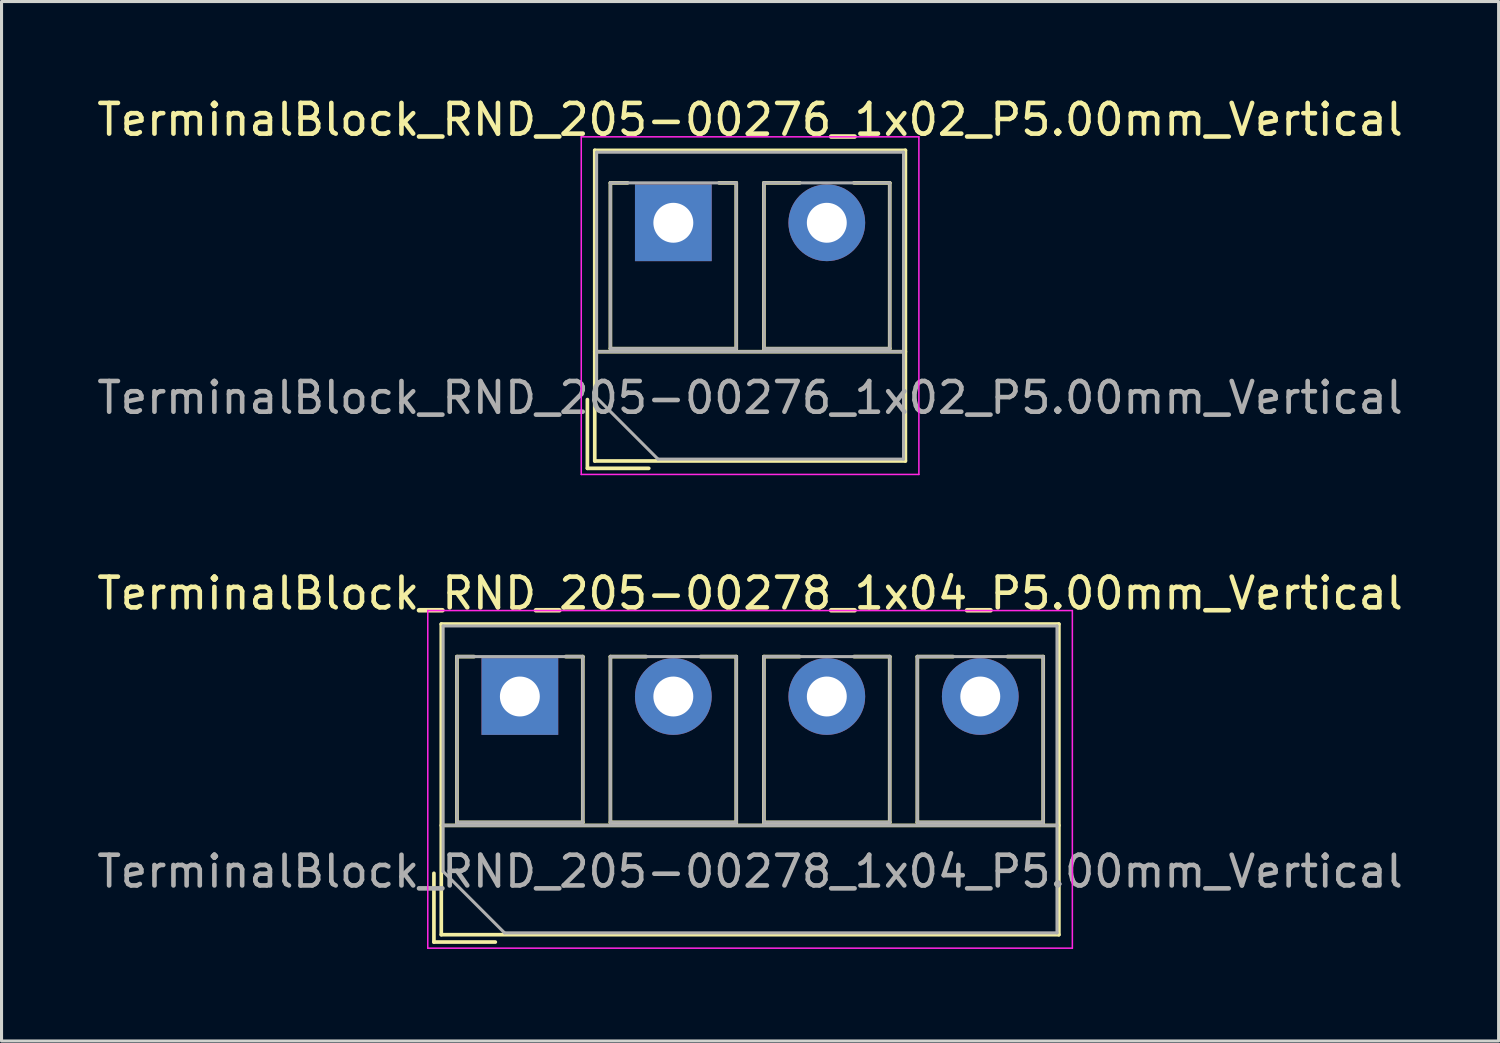
<source format=kicad_pcb>
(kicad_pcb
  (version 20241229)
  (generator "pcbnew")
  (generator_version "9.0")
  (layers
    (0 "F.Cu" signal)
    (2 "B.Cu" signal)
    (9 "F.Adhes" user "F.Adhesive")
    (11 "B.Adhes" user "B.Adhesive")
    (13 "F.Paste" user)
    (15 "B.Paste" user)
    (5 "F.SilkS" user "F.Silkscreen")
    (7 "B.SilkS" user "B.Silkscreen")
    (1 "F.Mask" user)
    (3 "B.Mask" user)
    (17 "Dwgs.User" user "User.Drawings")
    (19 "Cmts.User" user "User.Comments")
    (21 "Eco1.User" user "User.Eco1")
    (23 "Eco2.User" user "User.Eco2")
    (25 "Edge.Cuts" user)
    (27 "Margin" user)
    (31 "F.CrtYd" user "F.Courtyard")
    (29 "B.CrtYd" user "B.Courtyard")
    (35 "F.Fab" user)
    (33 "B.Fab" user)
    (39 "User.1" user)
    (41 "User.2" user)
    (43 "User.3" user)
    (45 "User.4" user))
  (footprint "TerminalBlock_RND_205-00276_1x02_P5.00mm_Vertical"
    (layer "F.Cu")
    (at 18.887 4.208)
    (property "Reference" "TerminalBlock_RND_205-00276_1x02_P5.00mm_Vertical" (at 2.5 -3.36 0) (layer "F.SilkS") (effects (font (size 1 1) (thickness 0.15))))
    (attr through_hole)
    (fp_line (start -2.8 5.76) (end -2.8 8) (stroke (width 0.12) (type solid)) (layer "F.SilkS"))
    (fp_line (start -2.8 8) (end -0.8 8) (stroke (width 0.12) (type solid)) (layer "F.SilkS"))
    (fp_line (start -2.56 -2.36) (end -2.56 7.76) (stroke (width 0.12) (type solid)) (layer "F.SilkS"))
    (fp_line (start -2.56 -2.36) (end 7.56 -2.36) (stroke (width 0.12) (type solid)) (layer "F.SilkS"))
    (fp_line (start -2.56 4.2) (end 7.56 4.2) (stroke (width 0.12) (type solid)) (layer "F.SilkS"))
    (fp_line (start -2.56 7.76) (end 7.56 7.76) (stroke (width 0.12) (type solid)) (layer "F.SilkS"))
    (fp_line (start -2.05 -1.3) (end -2.05 4.1) (stroke (width 0.12) (type solid)) (layer "F.SilkS"))
    (fp_line (start -2.05 -1.3) (end -1.49 -1.3) (stroke (width 0.12) (type solid)) (layer "F.SilkS"))
    (fp_line (start -2.05 4.1) (end 2.05 4.1) (stroke (width 0.12) (type solid)) (layer "F.SilkS"))
    (fp_line (start 1.49 -1.3) (end 2.05 -1.3) (stroke (width 0.12) (type solid)) (layer "F.SilkS"))
    (fp_line (start 2.05 -1.3) (end 2.05 4.1) (stroke (width 0.12) (type solid)) (layer "F.SilkS"))
    (fp_line (start 2.95 -1.3) (end 2.95 4.1) (stroke (width 0.12) (type solid)) (layer "F.SilkS"))
    (fp_line (start 2.95 -1.3) (end 4.117 -1.3) (stroke (width 0.12) (type solid)) (layer "F.SilkS"))
    (fp_line (start 2.95 4.1) (end 7.05 4.1) (stroke (width 0.12) (type solid)) (layer "F.SilkS"))
    (fp_line (start 5.884 -1.3) (end 7.05 -1.3) (stroke (width 0.12) (type solid)) (layer "F.SilkS"))
    (fp_line (start 7.05 -1.3) (end 7.05 4.1) (stroke (width 0.12) (type solid)) (layer "F.SilkS"))
    (fp_line (start 7.56 -2.36) (end 7.56 7.76) (stroke (width 0.12) (type solid)) (layer "F.SilkS"))
    (fp_line (start -3 -2.8) (end -3 8.2) (stroke (width 0.05) (type solid)) (layer "F.CrtYd"))
    (fp_line (start -3 8.2) (end 8 8.2) (stroke (width 0.05) (type solid)) (layer "F.CrtYd"))
    (fp_line (start 8 -2.8) (end -3 -2.8) (stroke (width 0.05) (type solid)) (layer "F.CrtYd"))
    (fp_line (start 8 8.2) (end 8 -2.8) (stroke (width 0.05) (type solid)) (layer "F.CrtYd"))
    (fp_line (start -2.5 -2.3) (end 7.5 -2.3) (stroke (width 0.1) (type solid)) (layer "F.Fab"))
    (fp_line (start -2.5 4.2) (end 7.5 4.2) (stroke (width 0.1) (type solid)) (layer "F.Fab"))
    (fp_line (start -2.5 5.7) (end -2.5 -2.3) (stroke (width 0.1) (type solid)) (layer "F.Fab"))
    (fp_line (start -2.05 -1.3) (end -2.05 4.1) (stroke (width 0.1) (type solid)) (layer "F.Fab"))
    (fp_line (start -2.05 4.1) (end 2.05 4.1) (stroke (width 0.1) (type solid)) (layer "F.Fab"))
    (fp_line (start -0.5 7.7) (end -2.5 5.7) (stroke (width 0.1) (type solid)) (layer "F.Fab"))
    (fp_line (start 2.05 -1.3) (end -2.05 -1.3) (stroke (width 0.1) (type solid)) (layer "F.Fab"))
    (fp_line (start 2.05 4.1) (end 2.05 -1.3) (stroke (width 0.1) (type solid)) (layer "F.Fab"))
    (fp_line (start 2.95 -1.3) (end 2.95 4.1) (stroke (width 0.1) (type solid)) (layer "F.Fab"))
    (fp_line (start 2.95 4.1) (end 7.05 4.1) (stroke (width 0.1) (type solid)) (layer "F.Fab"))
    (fp_line (start 7.05 -1.3) (end 2.95 -1.3) (stroke (width 0.1) (type solid)) (layer "F.Fab"))
    (fp_line (start 7.05 4.1) (end 7.05 -1.3) (stroke (width 0.1) (type solid)) (layer "F.Fab"))
    (fp_line (start 7.5 -2.3) (end 7.5 7.7) (stroke (width 0.1) (type solid)) (layer "F.Fab"))
    (fp_line (start 7.5 7.7) (end -0.5 7.7) (stroke (width 0.1) (type solid)) (layer "F.Fab"))
    (fp_text user "${REFERENCE}" (at 2.5 5.7 0) (layer "F.Fab") (effects (font (size 1 1) (thickness 0.15))))
    (pad "1" thru_hole rect (at 0 0) (size 2.5 2.5) (drill 1.3) (layers "*.Cu" "*.Mask"))
    (pad "2" thru_hole circle (at 5 0) (size 2.5 2.5) (drill 1.3) (layers "*.Cu" "*.Mask")))
  (footprint "TerminalBlock_RND_205-00278_1x04_P5.00mm_Vertical"
    (layer "F.Cu")
    (at 13.887 19.642)
    (property "Reference" "TerminalBlock_RND_205-00278_1x04_P5.00mm_Vertical" (at 7.5 -3.36 0) (layer "F.SilkS") (effects (font (size 1 1) (thickness 0.15))))
    (attr through_hole)
    (fp_line (start -2.8 5.76) (end -2.8 8) (stroke (width 0.12) (type solid)) (layer "F.SilkS"))
    (fp_line (start -2.8 8) (end -0.8 8) (stroke (width 0.12) (type solid)) (layer "F.SilkS"))
    (fp_line (start -2.56 -2.36) (end -2.56 7.76) (stroke (width 0.12) (type solid)) (layer "F.SilkS"))
    (fp_line (start -2.56 -2.36) (end 17.561 -2.36) (stroke (width 0.12) (type solid)) (layer "F.SilkS"))
    (fp_line (start -2.56 4.2) (end 17.561 4.2) (stroke (width 0.12) (type solid)) (layer "F.SilkS"))
    (fp_line (start -2.56 7.76) (end 17.561 7.76) (stroke (width 0.12) (type solid)) (layer "F.SilkS"))
    (fp_line (start -2.05 -1.3) (end -2.05 4.1) (stroke (width 0.12) (type solid)) (layer "F.SilkS"))
    (fp_line (start -2.05 -1.3) (end -1.49 -1.3) (stroke (width 0.12) (type solid)) (layer "F.SilkS"))
    (fp_line (start -2.05 4.1) (end 2.05 4.1) (stroke (width 0.12) (type solid)) (layer "F.SilkS"))
    (fp_line (start 1.49 -1.3) (end 2.05 -1.3) (stroke (width 0.12) (type solid)) (layer "F.SilkS"))
    (fp_line (start 2.05 -1.3) (end 2.05 4.1) (stroke (width 0.12) (type solid)) (layer "F.SilkS"))
    (fp_line (start 2.95 -1.3) (end 2.95 4.1) (stroke (width 0.12) (type solid)) (layer "F.SilkS"))
    (fp_line (start 2.95 -1.3) (end 4.117 -1.3) (stroke (width 0.12) (type solid)) (layer "F.SilkS"))
    (fp_line (start 2.95 4.1) (end 7.05 4.1) (stroke (width 0.12) (type solid)) (layer "F.SilkS"))
    (fp_line (start 5.884 -1.3) (end 7.05 -1.3) (stroke (width 0.12) (type solid)) (layer "F.SilkS"))
    (fp_line (start 7.05 -1.3) (end 7.05 4.1) (stroke (width 0.12) (type solid)) (layer "F.SilkS"))
    (fp_line (start 7.95 -1.3) (end 7.95 4.1) (stroke (width 0.12) (type solid)) (layer "F.SilkS"))
    (fp_line (start 7.95 -1.3) (end 9.117 -1.3) (stroke (width 0.12) (type solid)) (layer "F.SilkS"))
    (fp_line (start 7.95 4.1) (end 12.05 4.1) (stroke (width 0.12) (type solid)) (layer "F.SilkS"))
    (fp_line (start 10.884 -1.3) (end 12.05 -1.3) (stroke (width 0.12) (type solid)) (layer "F.SilkS"))
    (fp_line (start 12.05 -1.3) (end 12.05 4.1) (stroke (width 0.12) (type solid)) (layer "F.SilkS"))
    (fp_line (start 12.95 -1.3) (end 12.95 4.1) (stroke (width 0.12) (type solid)) (layer "F.SilkS"))
    (fp_line (start 12.95 -1.3) (end 14.117 -1.3) (stroke (width 0.12) (type solid)) (layer "F.SilkS"))
    (fp_line (start 12.95 4.1) (end 17.05 4.1) (stroke (width 0.12) (type solid)) (layer "F.SilkS"))
    (fp_line (start 15.884 -1.3) (end 17.05 -1.3) (stroke (width 0.12) (type solid)) (layer "F.SilkS"))
    (fp_line (start 17.05 -1.3) (end 17.05 4.1) (stroke (width 0.12) (type solid)) (layer "F.SilkS"))
    (fp_line (start 17.561 -2.36) (end 17.561 7.76) (stroke (width 0.12) (type solid)) (layer "F.SilkS"))
    (fp_line (start -3 -2.8) (end -3 8.2) (stroke (width 0.05) (type solid)) (layer "F.CrtYd"))
    (fp_line (start -3 8.2) (end 18 8.2) (stroke (width 0.05) (type solid)) (layer "F.CrtYd"))
    (fp_line (start 18 -2.8) (end -3 -2.8) (stroke (width 0.05) (type solid)) (layer "F.CrtYd"))
    (fp_line (start 18 8.2) (end 18 -2.8) (stroke (width 0.05) (type solid)) (layer "F.CrtYd"))
    (fp_line (start -2.5 -2.3) (end 17.5 -2.3) (stroke (width 0.1) (type solid)) (layer "F.Fab"))
    (fp_line (start -2.5 4.2) (end 17.5 4.2) (stroke (width 0.1) (type solid)) (layer "F.Fab"))
    (fp_line (start -2.5 5.7) (end -2.5 -2.3) (stroke (width 0.1) (type solid)) (layer "F.Fab"))
    (fp_line (start -2.05 -1.3) (end -2.05 4.1) (stroke (width 0.1) (type solid)) (layer "F.Fab"))
    (fp_line (start -2.05 4.1) (end 2.05 4.1) (stroke (width 0.1) (type solid)) (layer "F.Fab"))
    (fp_line (start -0.5 7.7) (end -2.5 5.7) (stroke (width 0.1) (type solid)) (layer "F.Fab"))
    (fp_line (start 2.05 -1.3) (end -2.05 -1.3) (stroke (width 0.1) (type solid)) (layer "F.Fab"))
    (fp_line (start 2.05 4.1) (end 2.05 -1.3) (stroke (width 0.1) (type solid)) (layer "F.Fab"))
    (fp_line (start 2.95 -1.3) (end 2.95 4.1) (stroke (width 0.1) (type solid)) (layer "F.Fab"))
    (fp_line (start 2.95 4.1) (end 7.05 4.1) (stroke (width 0.1) (type solid)) (layer "F.Fab"))
    (fp_line (start 7.05 -1.3) (end 2.95 -1.3) (stroke (width 0.1) (type solid)) (layer "F.Fab"))
    (fp_line (start 7.05 4.1) (end 7.05 -1.3) (stroke (width 0.1) (type solid)) (layer "F.Fab"))
    (fp_line (start 7.95 -1.3) (end 7.95 4.1) (stroke (width 0.1) (type solid)) (layer "F.Fab"))
    (fp_line (start 7.95 4.1) (end 12.05 4.1) (stroke (width 0.1) (type solid)) (layer "F.Fab"))
    (fp_line (start 12.05 -1.3) (end 7.95 -1.3) (stroke (width 0.1) (type solid)) (layer "F.Fab"))
    (fp_line (start 12.05 4.1) (end 12.05 -1.3) (stroke (width 0.1) (type solid)) (layer "F.Fab"))
    (fp_line (start 12.95 -1.3) (end 12.95 4.1) (stroke (width 0.1) (type solid)) (layer "F.Fab"))
    (fp_line (start 12.95 4.1) (end 17.05 4.1) (stroke (width 0.1) (type solid)) (layer "F.Fab"))
    (fp_line (start 17.05 -1.3) (end 12.95 -1.3) (stroke (width 0.1) (type solid)) (layer "F.Fab"))
    (fp_line (start 17.05 4.1) (end 17.05 -1.3) (stroke (width 0.1) (type solid)) (layer "F.Fab"))
    (fp_line (start 17.5 -2.3) (end 17.5 7.7) (stroke (width 0.1) (type solid)) (layer "F.Fab"))
    (fp_line (start 17.5 7.7) (end -0.5 7.7) (stroke (width 0.1) (type solid)) (layer "F.Fab"))
    (fp_text user "${REFERENCE}" (at 7.5 5.7 0) (layer "F.Fab") (effects (font (size 1 1) (thickness 0.15))))
    (pad "1" thru_hole rect (at 0 0) (size 2.5 2.5) (drill 1.3) (layers "*.Cu" "*.Mask"))
    (pad "2" thru_hole circle (at 5 0) (size 2.5 2.5) (drill 1.3) (layers "*.Cu" "*.Mask"))
    (pad "3" thru_hole circle (at 10 0) (size 2.5 2.5) (drill 1.3) (layers "*.Cu" "*.Mask"))
    (pad "4" thru_hole circle (at 15 0) (size 2.5 2.5) (drill 1.3) (layers "*.Cu" "*.Mask")))
  (gr_rect
    (start -3 -3)
    (end 45.774 30.866)
    (stroke (width 0.1) (type default))
    (fill no)
    (layer "Edge.Cuts")))
</source>
